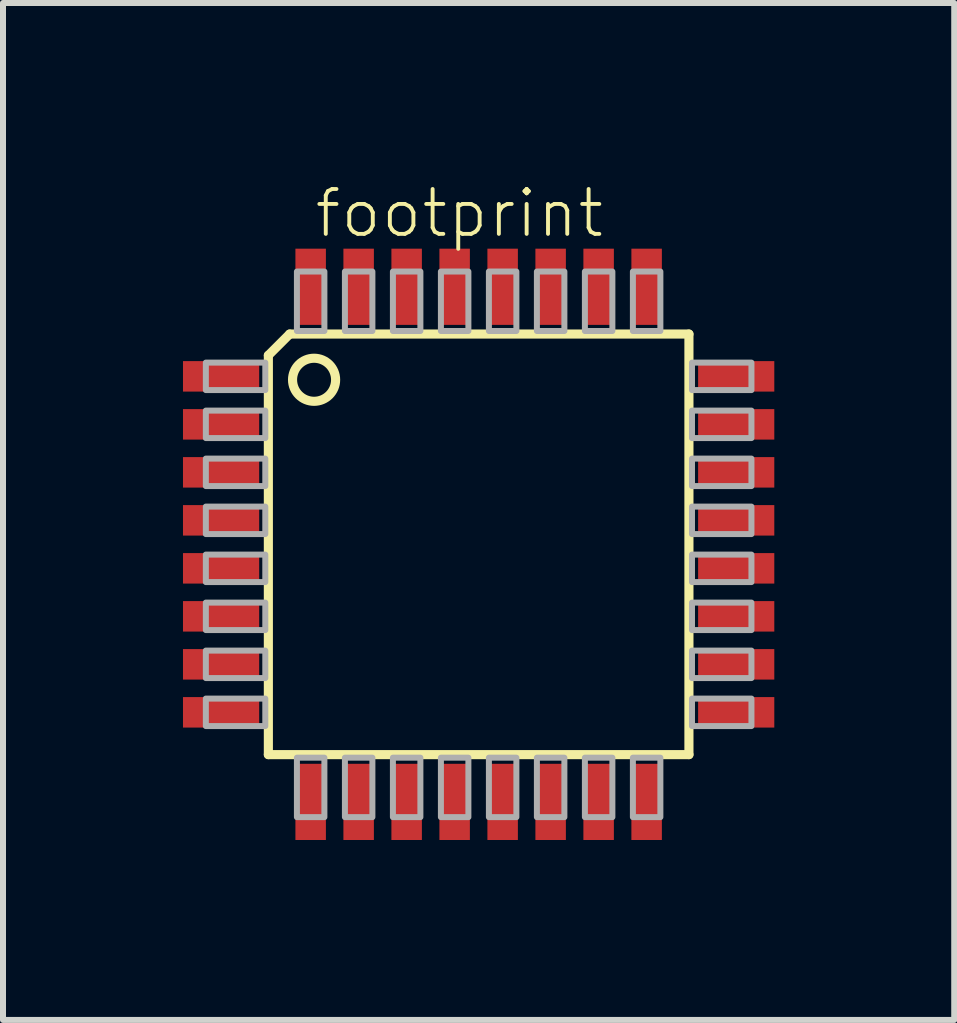
<source format=kicad_pcb>
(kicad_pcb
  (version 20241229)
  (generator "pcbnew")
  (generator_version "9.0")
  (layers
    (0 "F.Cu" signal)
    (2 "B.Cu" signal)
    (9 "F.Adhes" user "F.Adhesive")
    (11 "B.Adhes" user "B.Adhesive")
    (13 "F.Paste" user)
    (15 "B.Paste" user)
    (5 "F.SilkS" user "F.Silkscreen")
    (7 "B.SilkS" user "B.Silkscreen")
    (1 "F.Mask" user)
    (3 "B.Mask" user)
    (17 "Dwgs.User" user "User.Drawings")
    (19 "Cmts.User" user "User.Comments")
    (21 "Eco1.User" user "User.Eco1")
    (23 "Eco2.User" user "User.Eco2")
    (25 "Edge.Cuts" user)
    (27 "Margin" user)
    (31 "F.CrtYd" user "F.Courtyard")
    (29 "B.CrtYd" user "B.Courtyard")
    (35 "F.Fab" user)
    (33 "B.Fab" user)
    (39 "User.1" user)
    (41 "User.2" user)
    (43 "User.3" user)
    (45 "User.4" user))
  (footprint "footprint"
    (layer "F.Cu")
    (at 4.928 6.023)
    (property "Reference" "footprint" (at -2.769 -5.08 0) (layer "F.SilkS") (effects (font (size 0.748 0.748) (thickness 0.065)) (justify left bottom)))
    (fp_line (start -3.505 3.505) (end -3.505 -3.15) (stroke (width 0.152) (type solid)) (layer "F.SilkS"))
    (fp_line (start -3.15 -3.505) (end -3.505 -3.15) (stroke (width 0.152) (type solid)) (layer "F.SilkS"))
    (fp_line (start -3.15 -3.505) (end 3.505 -3.505) (stroke (width 0.152) (type solid)) (layer "F.SilkS"))
    (fp_line (start 3.505 -3.505) (end 3.505 3.505) (stroke (width 0.152) (type solid)) (layer "F.SilkS"))
    (fp_line (start 3.505 3.505) (end -3.505 3.505) (stroke (width 0.152) (type solid)) (layer "F.SilkS"))
    (fp_circle (center -2.743 -2.743) (end -2.384 -2.743) (stroke (width 0.152) (type solid)) (fill no) (layer "F.SilkS"))
    (fp_poly (pts (xy -4.547 -2.571) (xy -3.556 -2.571) (xy -3.556 -3.029) (xy -4.547 -3.029)) (stroke (width 0.1) (type solid)) (fill no) (layer "F.Fab"))
    (fp_poly (pts (xy -4.547 -1.771) (xy -3.556 -1.771) (xy -3.556 -2.229) (xy -4.547 -2.229)) (stroke (width 0.1) (type solid)) (fill no) (layer "F.Fab"))
    (fp_poly (pts (xy -4.547 -0.971) (xy -3.556 -0.971) (xy -3.556 -1.429) (xy -4.547 -1.429)) (stroke (width 0.1) (type solid)) (fill no) (layer "F.Fab"))
    (fp_poly (pts (xy -4.547 -0.171) (xy -3.556 -0.171) (xy -3.556 -0.629) (xy -4.547 -0.629)) (stroke (width 0.1) (type solid)) (fill no) (layer "F.Fab"))
    (fp_poly (pts (xy -4.547 0.629) (xy -3.556 0.629) (xy -3.556 0.171) (xy -4.547 0.171)) (stroke (width 0.1) (type solid)) (fill no) (layer "F.Fab"))
    (fp_poly (pts (xy -4.547 1.429) (xy -3.556 1.429) (xy -3.556 0.971) (xy -4.547 0.971)) (stroke (width 0.1) (type solid)) (fill no) (layer "F.Fab"))
    (fp_poly (pts (xy -4.547 2.229) (xy -3.556 2.229) (xy -3.556 1.771) (xy -4.547 1.771)) (stroke (width 0.1) (type solid)) (fill no) (layer "F.Fab"))
    (fp_poly (pts (xy -4.547 3.029) (xy -3.556 3.029) (xy -3.556 2.571) (xy -4.547 2.571)) (stroke (width 0.1) (type solid)) (fill no) (layer "F.Fab"))
    (fp_poly (pts (xy -3.029 -3.556) (xy -2.571 -3.556) (xy -2.571 -4.547) (xy -3.029 -4.547)) (stroke (width 0.1) (type solid)) (fill no) (layer "F.Fab"))
    (fp_poly (pts (xy -3.029 4.547) (xy -2.571 4.547) (xy -2.571 3.556) (xy -3.029 3.556)) (stroke (width 0.1) (type solid)) (fill no) (layer "F.Fab"))
    (fp_poly (pts (xy -2.229 -3.556) (xy -1.771 -3.556) (xy -1.771 -4.547) (xy -2.229 -4.547)) (stroke (width 0.1) (type solid)) (fill no) (layer "F.Fab"))
    (fp_poly (pts (xy -2.229 4.547) (xy -1.771 4.547) (xy -1.771 3.556) (xy -2.229 3.556)) (stroke (width 0.1) (type solid)) (fill no) (layer "F.Fab"))
    (fp_poly (pts (xy -1.429 -3.556) (xy -0.971 -3.556) (xy -0.971 -4.547) (xy -1.429 -4.547)) (stroke (width 0.1) (type solid)) (fill no) (layer "F.Fab"))
    (fp_poly (pts (xy -1.429 4.547) (xy -0.971 4.547) (xy -0.971 3.556) (xy -1.429 3.556)) (stroke (width 0.1) (type solid)) (fill no) (layer "F.Fab"))
    (fp_poly (pts (xy -0.629 -3.556) (xy -0.171 -3.556) (xy -0.171 -4.547) (xy -0.629 -4.547)) (stroke (width 0.1) (type solid)) (fill no) (layer "F.Fab"))
    (fp_poly (pts (xy -0.629 4.547) (xy -0.171 4.547) (xy -0.171 3.556) (xy -0.629 3.556)) (stroke (width 0.1) (type solid)) (fill no) (layer "F.Fab"))
    (fp_poly (pts (xy 0.171 -3.556) (xy 0.629 -3.556) (xy 0.629 -4.547) (xy 0.171 -4.547)) (stroke (width 0.1) (type solid)) (fill no) (layer "F.Fab"))
    (fp_poly (pts (xy 0.171 4.547) (xy 0.629 4.547) (xy 0.629 3.556) (xy 0.171 3.556)) (stroke (width 0.1) (type solid)) (fill no) (layer "F.Fab"))
    (fp_poly (pts (xy 0.971 -3.556) (xy 1.429 -3.556) (xy 1.429 -4.547) (xy 0.971 -4.547)) (stroke (width 0.1) (type solid)) (fill no) (layer "F.Fab"))
    (fp_poly (pts (xy 0.971 4.547) (xy 1.429 4.547) (xy 1.429 3.556) (xy 0.971 3.556)) (stroke (width 0.1) (type solid)) (fill no) (layer "F.Fab"))
    (fp_poly (pts (xy 1.771 -3.556) (xy 2.229 -3.556) (xy 2.229 -4.547) (xy 1.771 -4.547)) (stroke (width 0.1) (type solid)) (fill no) (layer "F.Fab"))
    (fp_poly (pts (xy 1.771 4.547) (xy 2.229 4.547) (xy 2.229 3.556) (xy 1.771 3.556)) (stroke (width 0.1) (type solid)) (fill no) (layer "F.Fab"))
    (fp_poly (pts (xy 2.571 -3.556) (xy 3.029 -3.556) (xy 3.029 -4.547) (xy 2.571 -4.547)) (stroke (width 0.1) (type solid)) (fill no) (layer "F.Fab"))
    (fp_poly (pts (xy 2.571 4.547) (xy 3.029 4.547) (xy 3.029 3.556) (xy 2.571 3.556)) (stroke (width 0.1) (type solid)) (fill no) (layer "F.Fab"))
    (fp_poly (pts (xy 3.556 -2.571) (xy 4.547 -2.571) (xy 4.547 -3.029) (xy 3.556 -3.029)) (stroke (width 0.1) (type solid)) (fill no) (layer "F.Fab"))
    (fp_poly (pts (xy 3.556 -1.771) (xy 4.547 -1.771) (xy 4.547 -2.229) (xy 3.556 -2.229)) (stroke (width 0.1) (type solid)) (fill no) (layer "F.Fab"))
    (fp_poly (pts (xy 3.556 -0.971) (xy 4.547 -0.971) (xy 4.547 -1.429) (xy 3.556 -1.429)) (stroke (width 0.1) (type solid)) (fill no) (layer "F.Fab"))
    (fp_poly (pts (xy 3.556 -0.171) (xy 4.547 -0.171) (xy 4.547 -0.629) (xy 3.556 -0.629)) (stroke (width 0.1) (type solid)) (fill no) (layer "F.Fab"))
    (fp_poly (pts (xy 3.556 0.629) (xy 4.547 0.629) (xy 4.547 0.171) (xy 3.556 0.171)) (stroke (width 0.1) (type solid)) (fill no) (layer "F.Fab"))
    (fp_poly (pts (xy 3.556 1.429) (xy 4.547 1.429) (xy 4.547 0.971) (xy 3.556 0.971)) (stroke (width 0.1) (type solid)) (fill no) (layer "F.Fab"))
    (fp_poly (pts (xy 3.556 2.229) (xy 4.547 2.229) (xy 4.547 1.771) (xy 3.556 1.771)) (stroke (width 0.1) (type solid)) (fill no) (layer "F.Fab"))
    (fp_poly (pts (xy 3.556 3.029) (xy 4.547 3.029) (xy 4.547 2.571) (xy 3.556 2.571)) (stroke (width 0.1) (type solid)) (fill no) (layer "F.Fab"))
    (pad "1" smd rect (at -4.293 -2.8) (size 1.27 0.508) (layers "F.Cu" "F.Mask" "F.Paste"))
    (pad "2" smd rect (at -4.293 -2) (size 1.27 0.508) (layers "F.Cu" "F.Mask" "F.Paste"))
    (pad "3" smd rect (at -4.293 -1.2) (size 1.27 0.508) (layers "F.Cu" "F.Mask" "F.Paste"))
    (pad "4" smd rect (at -4.293 -0.4) (size 1.27 0.508) (layers "F.Cu" "F.Mask" "F.Paste"))
    (pad "5" smd rect (at -4.293 0.4) (size 1.27 0.508) (layers "F.Cu" "F.Mask" "F.Paste"))
    (pad "6" smd rect (at -4.293 1.2) (size 1.27 0.508) (layers "F.Cu" "F.Mask" "F.Paste"))
    (pad "7" smd rect (at -4.293 2) (size 1.27 0.508) (layers "F.Cu" "F.Mask" "F.Paste"))
    (pad "8" smd rect (at -4.293 2.8) (size 1.27 0.508) (layers "F.Cu" "F.Mask" "F.Paste"))
    (pad "9" smd rect (at -2.8 4.293) (size 0.508 1.27) (layers "F.Cu" "F.Mask" "F.Paste"))
    (pad "10" smd rect (at -2 4.293) (size 0.508 1.27) (layers "F.Cu" "F.Mask" "F.Paste"))
    (pad "11" smd rect (at -1.2 4.293) (size 0.508 1.27) (layers "F.Cu" "F.Mask" "F.Paste"))
    (pad "12" smd rect (at -0.4 4.293) (size 0.508 1.27) (layers "F.Cu" "F.Mask" "F.Paste"))
    (pad "13" smd rect (at 0.4 4.293) (size 0.508 1.27) (layers "F.Cu" "F.Mask" "F.Paste"))
    (pad "14" smd rect (at 1.2 4.293) (size 0.508 1.27) (layers "F.Cu" "F.Mask" "F.Paste"))
    (pad "15" smd rect (at 2 4.293) (size 0.508 1.27) (layers "F.Cu" "F.Mask" "F.Paste"))
    (pad "16" smd rect (at 2.8 4.293) (size 0.508 1.27) (layers "F.Cu" "F.Mask" "F.Paste"))
    (pad "17" smd rect (at 4.293 2.8) (size 1.27 0.508) (layers "F.Cu" "F.Mask" "F.Paste"))
    (pad "18" smd rect (at 4.293 2) (size 1.27 0.508) (layers "F.Cu" "F.Mask" "F.Paste"))
    (pad "19" smd rect (at 4.293 1.2) (size 1.27 0.508) (layers "F.Cu" "F.Mask" "F.Paste"))
    (pad "20" smd rect (at 4.293 0.4) (size 1.27 0.508) (layers "F.Cu" "F.Mask" "F.Paste"))
    (pad "21" smd rect (at 4.293 -0.4) (size 1.27 0.508) (layers "F.Cu" "F.Mask" "F.Paste"))
    (pad "22" smd rect (at 4.293 -1.2) (size 1.27 0.508) (layers "F.Cu" "F.Mask" "F.Paste"))
    (pad "23" smd rect (at 4.293 -2) (size 1.27 0.508) (layers "F.Cu" "F.Mask" "F.Paste"))
    (pad "24" smd rect (at 4.293 -2.8) (size 1.27 0.508) (layers "F.Cu" "F.Mask" "F.Paste"))
    (pad "25" smd rect (at 2.8 -4.293) (size 0.508 1.27) (layers "F.Cu" "F.Mask" "F.Paste"))
    (pad "26" smd rect (at 2 -4.293) (size 0.508 1.27) (layers "F.Cu" "F.Mask" "F.Paste"))
    (pad "27" smd rect (at 1.2 -4.293) (size 0.508 1.27) (layers "F.Cu" "F.Mask" "F.Paste"))
    (pad "28" smd rect (at 0.4 -4.293) (size 0.508 1.27) (layers "F.Cu" "F.Mask" "F.Paste"))
    (pad "29" smd rect (at -0.4 -4.293) (size 0.508 1.27) (layers "F.Cu" "F.Mask" "F.Paste"))
    (pad "30" smd rect (at -1.2 -4.293) (size 0.508 1.27) (layers "F.Cu" "F.Mask" "F.Paste"))
    (pad "31" smd rect (at -2 -4.293) (size 0.508 1.27) (layers "F.Cu" "F.Mask" "F.Paste"))
    (pad "32" smd rect (at -2.8 -4.293) (size 0.508 1.27) (layers "F.Cu" "F.Mask" "F.Paste")))
  (gr_rect
    (start -3 -3)
    (end 12.855 13.95)
    (stroke (width 0.1) (type default))
    (fill no)
    (layer "Edge.Cuts")))
</source>
